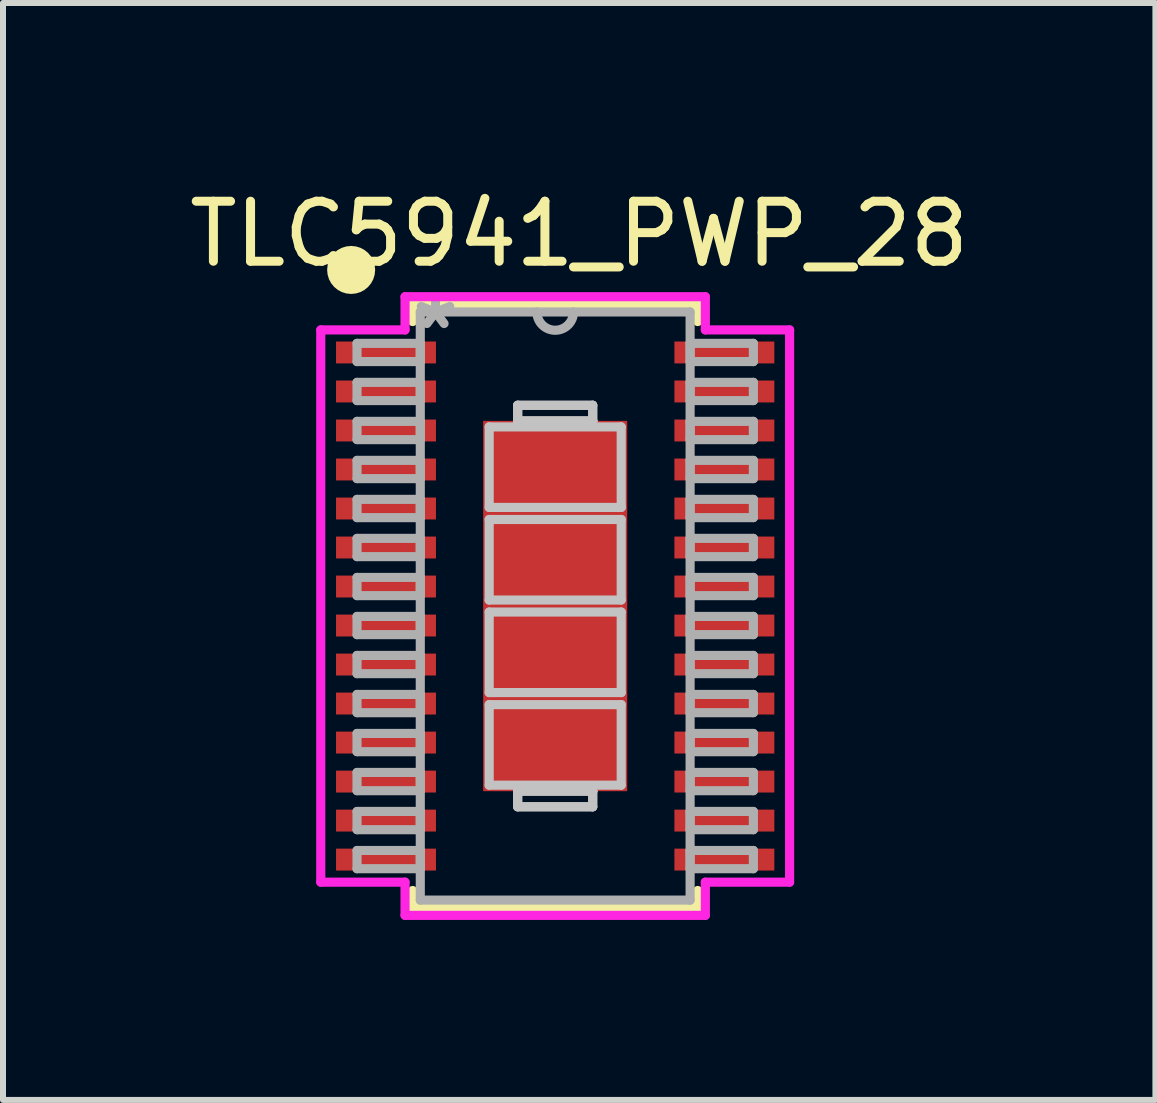
<source format=kicad_pcb>
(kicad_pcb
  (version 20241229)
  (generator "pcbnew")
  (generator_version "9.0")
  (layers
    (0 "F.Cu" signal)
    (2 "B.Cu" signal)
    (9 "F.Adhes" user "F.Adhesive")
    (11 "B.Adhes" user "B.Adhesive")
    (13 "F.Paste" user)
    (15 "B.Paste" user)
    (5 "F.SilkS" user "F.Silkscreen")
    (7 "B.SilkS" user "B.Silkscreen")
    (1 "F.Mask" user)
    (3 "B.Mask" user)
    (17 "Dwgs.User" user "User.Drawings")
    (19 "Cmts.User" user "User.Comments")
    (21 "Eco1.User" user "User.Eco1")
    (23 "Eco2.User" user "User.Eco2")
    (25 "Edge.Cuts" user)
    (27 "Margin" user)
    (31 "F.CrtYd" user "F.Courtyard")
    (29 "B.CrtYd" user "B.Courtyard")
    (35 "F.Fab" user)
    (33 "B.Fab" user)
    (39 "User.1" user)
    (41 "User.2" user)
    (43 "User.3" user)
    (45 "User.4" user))
  (footprint "TLC5941_PWP_28"
    (layer "F.Cu")
    (at 6.201 7.048)
    (property "Reference" "TLC5941_PWP_28" (at 0.4 -6.2 0) (layer "F.SilkS") (effects (font (size 1 1) (thickness 0.15))))
    (attr through_hole)
    (fp_line (start -2.375 -5.027) (end -2.375 -4.74) (stroke (width 0.152) (type solid)) (layer "F.SilkS"))
    (fp_line (start -2.375 4.74) (end -2.375 5.027) (stroke (width 0.152) (type solid)) (layer "F.SilkS"))
    (fp_line (start -2.375 5.027) (end 2.375 5.027) (stroke (width 0.152) (type solid)) (layer "F.SilkS"))
    (fp_line (start 2.375 -5.027) (end -2.375 -5.027) (stroke (width 0.152) (type solid)) (layer "F.SilkS"))
    (fp_line (start 2.375 -4.74) (end 2.375 -5.027) (stroke (width 0.152) (type solid)) (layer "F.SilkS"))
    (fp_line (start 2.375 5.027) (end 2.375 4.74) (stroke (width 0.152) (type solid)) (layer "F.SilkS"))
    (fp_circle (center -3.4 -5.6) (end -3.2 -5.6) (stroke (width 0.4) (type solid)) (fill no) (layer "F.SilkS"))
    (fp_line (start -1.1 -2.985) (end -1.1 -1.643) (stroke (width 0.152) (type solid)) (layer "Dwgs.User"))
    (fp_line (start -1.1 -1.643) (end 1.1 -1.643) (stroke (width 0.152) (type solid)) (layer "Dwgs.User"))
    (fp_line (start -1.1 -1.442) (end -1.1 -0.1) (stroke (width 0.152) (type solid)) (layer "Dwgs.User"))
    (fp_line (start -1.1 -0.1) (end 1.1 -0.1) (stroke (width 0.152) (type solid)) (layer "Dwgs.User"))
    (fp_line (start -1.1 0.1) (end -1.1 1.442) (stroke (width 0.152) (type solid)) (layer "Dwgs.User"))
    (fp_line (start -1.1 1.442) (end 1.1 1.442) (stroke (width 0.152) (type solid)) (layer "Dwgs.User"))
    (fp_line (start -1.1 1.643) (end -1.1 2.985) (stroke (width 0.152) (type solid)) (layer "Dwgs.User"))
    (fp_line (start -1.1 2.985) (end 1.1 2.985) (stroke (width 0.152) (type solid)) (layer "Dwgs.User"))
    (fp_line (start -0.625 -3.345) (end 0.625 -3.345) (stroke (width 0.152) (type solid)) (layer "Dwgs.User"))
    (fp_line (start -0.625 -3.345) (end 0.625 -3.345) (stroke (width 0.152) (type solid)) (layer "Dwgs.User"))
    (fp_line (start -0.625 -3.085) (end -0.625 -3.345) (stroke (width 0.152) (type solid)) (layer "Dwgs.User"))
    (fp_line (start -0.625 -3.085) (end -0.625 -3.345) (stroke (width 0.152) (type solid)) (layer "Dwgs.User"))
    (fp_line (start -0.625 -3.085) (end -0.625 -3.085) (stroke (width 0.152) (type solid)) (layer "Dwgs.User"))
    (fp_line (start -0.625 -3.085) (end -0.625 -3.085) (stroke (width 0.152) (type solid)) (layer "Dwgs.User"))
    (fp_line (start -0.625 -3.085) (end -0.625 -3.085) (stroke (width 0.152) (type solid)) (layer "Dwgs.User"))
    (fp_line (start -0.625 -3.085) (end -0.625 -3.085) (stroke (width 0.152) (type solid)) (layer "Dwgs.User"))
    (fp_line (start -0.625 3.085) (end -0.625 3.085) (stroke (width 0.152) (type solid)) (layer "Dwgs.User"))
    (fp_line (start -0.625 3.085) (end -0.625 3.085) (stroke (width 0.152) (type solid)) (layer "Dwgs.User"))
    (fp_line (start -0.625 3.085) (end -0.625 3.085) (stroke (width 0.152) (type solid)) (layer "Dwgs.User"))
    (fp_line (start -0.625 3.085) (end -0.625 3.085) (stroke (width 0.152) (type solid)) (layer "Dwgs.User"))
    (fp_line (start -0.625 3.085) (end -0.625 3.345) (stroke (width 0.152) (type solid)) (layer "Dwgs.User"))
    (fp_line (start -0.625 3.085) (end -0.625 3.345) (stroke (width 0.152) (type solid)) (layer "Dwgs.User"))
    (fp_line (start -0.625 3.345) (end 0.625 3.345) (stroke (width 0.152) (type solid)) (layer "Dwgs.User"))
    (fp_line (start -0.625 3.345) (end 0.625 3.345) (stroke (width 0.152) (type solid)) (layer "Dwgs.User"))
    (fp_line (start 0.625 -3.345) (end 0.625 -3.085) (stroke (width 0.152) (type solid)) (layer "Dwgs.User"))
    (fp_line (start 0.625 -3.345) (end 0.625 -3.085) (stroke (width 0.152) (type solid)) (layer "Dwgs.User"))
    (fp_line (start 0.625 -3.085) (end -0.625 -3.085) (stroke (width 0.152) (type solid)) (layer "Dwgs.User"))
    (fp_line (start 0.625 -3.085) (end -0.625 -3.085) (stroke (width 0.152) (type solid)) (layer "Dwgs.User"))
    (fp_line (start 0.625 -3.085) (end 0.625 -3.085) (stroke (width 0.152) (type solid)) (layer "Dwgs.User"))
    (fp_line (start 0.625 -3.085) (end 0.625 -3.085) (stroke (width 0.152) (type solid)) (layer "Dwgs.User"))
    (fp_line (start 0.625 -3.085) (end 0.625 -3.085) (stroke (width 0.152) (type solid)) (layer "Dwgs.User"))
    (fp_line (start 0.625 -3.085) (end 0.625 -3.085) (stroke (width 0.152) (type solid)) (layer "Dwgs.User"))
    (fp_line (start 0.625 3.085) (end -0.625 3.085) (stroke (width 0.152) (type solid)) (layer "Dwgs.User"))
    (fp_line (start 0.625 3.085) (end -0.625 3.085) (stroke (width 0.152) (type solid)) (layer "Dwgs.User"))
    (fp_line (start 0.625 3.085) (end 0.625 3.085) (stroke (width 0.152) (type solid)) (layer "Dwgs.User"))
    (fp_line (start 0.625 3.085) (end 0.625 3.085) (stroke (width 0.152) (type solid)) (layer "Dwgs.User"))
    (fp_line (start 0.625 3.085) (end 0.625 3.085) (stroke (width 0.152) (type solid)) (layer "Dwgs.User"))
    (fp_line (start 0.625 3.085) (end 0.625 3.085) (stroke (width 0.152) (type solid)) (layer "Dwgs.User"))
    (fp_line (start 0.625 3.345) (end 0.625 3.085) (stroke (width 0.152) (type solid)) (layer "Dwgs.User"))
    (fp_line (start 0.625 3.345) (end 0.625 3.085) (stroke (width 0.152) (type solid)) (layer "Dwgs.User"))
    (fp_line (start 1.1 -2.985) (end -1.1 -2.985) (stroke (width 0.152) (type solid)) (layer "Dwgs.User"))
    (fp_line (start 1.1 -1.643) (end 1.1 -2.985) (stroke (width 0.152) (type solid)) (layer "Dwgs.User"))
    (fp_line (start 1.1 -1.442) (end -1.1 -1.442) (stroke (width 0.152) (type solid)) (layer "Dwgs.User"))
    (fp_line (start 1.1 -0.1) (end 1.1 -1.442) (stroke (width 0.152) (type solid)) (layer "Dwgs.User"))
    (fp_line (start 1.1 0.1) (end -1.1 0.1) (stroke (width 0.152) (type solid)) (layer "Dwgs.User"))
    (fp_line (start 1.1 1.442) (end 1.1 0.1) (stroke (width 0.152) (type solid)) (layer "Dwgs.User"))
    (fp_line (start 1.1 1.643) (end -1.1 1.643) (stroke (width 0.152) (type solid)) (layer "Dwgs.User"))
    (fp_line (start 1.1 2.985) (end 1.1 1.643) (stroke (width 0.152) (type solid)) (layer "Dwgs.User"))
    (fp_line (start -3.906 -4.601) (end -2.502 -4.601) (stroke (width 0.152) (type solid)) (layer "F.CrtYd"))
    (fp_line (start -3.906 4.601) (end -3.906 -4.601) (stroke (width 0.152) (type solid)) (layer "F.CrtYd"))
    (fp_line (start -2.502 -5.154) (end 2.502 -5.154) (stroke (width 0.152) (type solid)) (layer "F.CrtYd"))
    (fp_line (start -2.502 -4.601) (end -2.502 -5.154) (stroke (width 0.152) (type solid)) (layer "F.CrtYd"))
    (fp_line (start -2.502 4.601) (end -3.906 4.601) (stroke (width 0.152) (type solid)) (layer "F.CrtYd"))
    (fp_line (start -2.502 5.154) (end -2.502 4.601) (stroke (width 0.152) (type solid)) (layer "F.CrtYd"))
    (fp_line (start 2.502 -5.154) (end 2.502 -4.601) (stroke (width 0.152) (type solid)) (layer "F.CrtYd"))
    (fp_line (start 2.502 -4.601) (end 3.906 -4.601) (stroke (width 0.152) (type solid)) (layer "F.CrtYd"))
    (fp_line (start 2.502 4.601) (end 2.502 5.154) (stroke (width 0.152) (type solid)) (layer "F.CrtYd"))
    (fp_line (start 2.502 5.154) (end -2.502 5.154) (stroke (width 0.152) (type solid)) (layer "F.CrtYd"))
    (fp_line (start 3.906 -4.601) (end 3.906 4.601) (stroke (width 0.152) (type solid)) (layer "F.CrtYd"))
    (fp_line (start 3.906 4.601) (end 2.502 4.601) (stroke (width 0.152) (type solid)) (layer "F.CrtYd"))
    (fp_line (start -3.302 -4.377) (end -3.302 -4.073) (stroke (width 0.152) (type solid)) (layer "F.Fab"))
    (fp_line (start -3.302 -4.073) (end -2.248 -4.073) (stroke (width 0.152) (type solid)) (layer "F.Fab"))
    (fp_line (start -3.302 -3.727) (end -3.302 -3.423) (stroke (width 0.152) (type solid)) (layer "F.Fab"))
    (fp_line (start -3.302 -3.423) (end -2.248 -3.423) (stroke (width 0.152) (type solid)) (layer "F.Fab"))
    (fp_line (start -3.302 -3.077) (end -3.302 -2.773) (stroke (width 0.152) (type solid)) (layer "F.Fab"))
    (fp_line (start -3.302 -2.773) (end -2.248 -2.773) (stroke (width 0.152) (type solid)) (layer "F.Fab"))
    (fp_line (start -3.302 -2.427) (end -3.302 -2.123) (stroke (width 0.152) (type solid)) (layer "F.Fab"))
    (fp_line (start -3.302 -2.123) (end -2.248 -2.123) (stroke (width 0.152) (type solid)) (layer "F.Fab"))
    (fp_line (start -3.302 -1.777) (end -3.302 -1.473) (stroke (width 0.152) (type solid)) (layer "F.Fab"))
    (fp_line (start -3.302 -1.473) (end -2.248 -1.473) (stroke (width 0.152) (type solid)) (layer "F.Fab"))
    (fp_line (start -3.302 -1.127) (end -3.302 -0.823) (stroke (width 0.152) (type solid)) (layer "F.Fab"))
    (fp_line (start -3.302 -0.823) (end -2.248 -0.823) (stroke (width 0.152) (type solid)) (layer "F.Fab"))
    (fp_line (start -3.302 -0.477) (end -3.302 -0.173) (stroke (width 0.152) (type solid)) (layer "F.Fab"))
    (fp_line (start -3.302 -0.173) (end -2.248 -0.173) (stroke (width 0.152) (type solid)) (layer "F.Fab"))
    (fp_line (start -3.302 0.173) (end -3.302 0.477) (stroke (width 0.152) (type solid)) (layer "F.Fab"))
    (fp_line (start -3.302 0.477) (end -2.248 0.477) (stroke (width 0.152) (type solid)) (layer "F.Fab"))
    (fp_line (start -3.302 0.823) (end -3.302 1.127) (stroke (width 0.152) (type solid)) (layer "F.Fab"))
    (fp_line (start -3.302 1.127) (end -2.248 1.127) (stroke (width 0.152) (type solid)) (layer "F.Fab"))
    (fp_line (start -3.302 1.473) (end -3.302 1.777) (stroke (width 0.152) (type solid)) (layer "F.Fab"))
    (fp_line (start -3.302 1.777) (end -2.248 1.777) (stroke (width 0.152) (type solid)) (layer "F.Fab"))
    (fp_line (start -3.302 2.123) (end -3.302 2.427) (stroke (width 0.152) (type solid)) (layer "F.Fab"))
    (fp_line (start -3.302 2.427) (end -2.248 2.427) (stroke (width 0.152) (type solid)) (layer "F.Fab"))
    (fp_line (start -3.302 2.773) (end -3.302 3.077) (stroke (width 0.152) (type solid)) (layer "F.Fab"))
    (fp_line (start -3.302 3.077) (end -2.248 3.077) (stroke (width 0.152) (type solid)) (layer "F.Fab"))
    (fp_line (start -3.302 3.423) (end -3.302 3.727) (stroke (width 0.152) (type solid)) (layer "F.Fab"))
    (fp_line (start -3.302 3.727) (end -2.248 3.727) (stroke (width 0.152) (type solid)) (layer "F.Fab"))
    (fp_line (start -3.302 4.073) (end -3.302 4.377) (stroke (width 0.152) (type solid)) (layer "F.Fab"))
    (fp_line (start -3.302 4.377) (end -2.248 4.377) (stroke (width 0.152) (type solid)) (layer "F.Fab"))
    (fp_line (start -2.248 -4.9) (end -2.248 4.9) (stroke (width 0.152) (type solid)) (layer "F.Fab"))
    (fp_line (start -2.248 -4.377) (end -3.302 -4.377) (stroke (width 0.152) (type solid)) (layer "F.Fab"))
    (fp_line (start -2.248 -4.073) (end -2.248 -4.377) (stroke (width 0.152) (type solid)) (layer "F.Fab"))
    (fp_line (start -2.248 -3.727) (end -3.302 -3.727) (stroke (width 0.152) (type solid)) (layer "F.Fab"))
    (fp_line (start -2.248 -3.423) (end -2.248 -3.727) (stroke (width 0.152) (type solid)) (layer "F.Fab"))
    (fp_line (start -2.248 -3.077) (end -3.302 -3.077) (stroke (width 0.152) (type solid)) (layer "F.Fab"))
    (fp_line (start -2.248 -2.773) (end -2.248 -3.077) (stroke (width 0.152) (type solid)) (layer "F.Fab"))
    (fp_line (start -2.248 -2.427) (end -3.302 -2.427) (stroke (width 0.152) (type solid)) (layer "F.Fab"))
    (fp_line (start -2.248 -2.123) (end -2.248 -2.427) (stroke (width 0.152) (type solid)) (layer "F.Fab"))
    (fp_line (start -2.248 -1.777) (end -3.302 -1.777) (stroke (width 0.152) (type solid)) (layer "F.Fab"))
    (fp_line (start -2.248 -1.473) (end -2.248 -1.777) (stroke (width 0.152) (type solid)) (layer "F.Fab"))
    (fp_line (start -2.248 -1.127) (end -3.302 -1.127) (stroke (width 0.152) (type solid)) (layer "F.Fab"))
    (fp_line (start -2.248 -0.823) (end -2.248 -1.127) (stroke (width 0.152) (type solid)) (layer "F.Fab"))
    (fp_line (start -2.248 -0.477) (end -3.302 -0.477) (stroke (width 0.152) (type solid)) (layer "F.Fab"))
    (fp_line (start -2.248 -0.173) (end -2.248 -0.477) (stroke (width 0.152) (type solid)) (layer "F.Fab"))
    (fp_line (start -2.248 0.173) (end -3.302 0.173) (stroke (width 0.152) (type solid)) (layer "F.Fab"))
    (fp_line (start -2.248 0.477) (end -2.248 0.173) (stroke (width 0.152) (type solid)) (layer "F.Fab"))
    (fp_line (start -2.248 0.823) (end -3.302 0.823) (stroke (width 0.152) (type solid)) (layer "F.Fab"))
    (fp_line (start -2.248 1.127) (end -2.248 0.823) (stroke (width 0.152) (type solid)) (layer "F.Fab"))
    (fp_line (start -2.248 1.473) (end -3.302 1.473) (stroke (width 0.152) (type solid)) (layer "F.Fab"))
    (fp_line (start -2.248 1.777) (end -2.248 1.473) (stroke (width 0.152) (type solid)) (layer "F.Fab"))
    (fp_line (start -2.248 2.123) (end -3.302 2.123) (stroke (width 0.152) (type solid)) (layer "F.Fab"))
    (fp_line (start -2.248 2.427) (end -2.248 2.123) (stroke (width 0.152) (type solid)) (layer "F.Fab"))
    (fp_line (start -2.248 2.773) (end -3.302 2.773) (stroke (width 0.152) (type solid)) (layer "F.Fab"))
    (fp_line (start -2.248 3.077) (end -2.248 2.773) (stroke (width 0.152) (type solid)) (layer "F.Fab"))
    (fp_line (start -2.248 3.423) (end -3.302 3.423) (stroke (width 0.152) (type solid)) (layer "F.Fab"))
    (fp_line (start -2.248 3.727) (end -2.248 3.423) (stroke (width 0.152) (type solid)) (layer "F.Fab"))
    (fp_line (start -2.248 4.073) (end -3.302 4.073) (stroke (width 0.152) (type solid)) (layer "F.Fab"))
    (fp_line (start -2.248 4.377) (end -2.248 4.073) (stroke (width 0.152) (type solid)) (layer "F.Fab"))
    (fp_line (start -2.248 4.9) (end 2.248 4.9) (stroke (width 0.152) (type solid)) (layer "F.Fab"))
    (fp_line (start 2.248 -4.9) (end -2.248 -4.9) (stroke (width 0.152) (type solid)) (layer "F.Fab"))
    (fp_line (start 2.248 -4.377) (end 2.248 -4.073) (stroke (width 0.152) (type solid)) (layer "F.Fab"))
    (fp_line (start 2.248 -4.073) (end 3.302 -4.073) (stroke (width 0.152) (type solid)) (layer "F.Fab"))
    (fp_line (start 2.248 -3.727) (end 2.248 -3.423) (stroke (width 0.152) (type solid)) (layer "F.Fab"))
    (fp_line (start 2.248 -3.423) (end 3.302 -3.423) (stroke (width 0.152) (type solid)) (layer "F.Fab"))
    (fp_line (start 2.248 -3.077) (end 2.248 -2.773) (stroke (width 0.152) (type solid)) (layer "F.Fab"))
    (fp_line (start 2.248 -2.773) (end 3.302 -2.773) (stroke (width 0.152) (type solid)) (layer "F.Fab"))
    (fp_line (start 2.248 -2.427) (end 2.248 -2.123) (stroke (width 0.152) (type solid)) (layer "F.Fab"))
    (fp_line (start 2.248 -2.123) (end 3.302 -2.123) (stroke (width 0.152) (type solid)) (layer "F.Fab"))
    (fp_line (start 2.248 -1.777) (end 2.248 -1.473) (stroke (width 0.152) (type solid)) (layer "F.Fab"))
    (fp_line (start 2.248 -1.473) (end 3.302 -1.473) (stroke (width 0.152) (type solid)) (layer "F.Fab"))
    (fp_line (start 2.248 -1.127) (end 2.248 -0.823) (stroke (width 0.152) (type solid)) (layer "F.Fab"))
    (fp_line (start 2.248 -0.823) (end 3.302 -0.823) (stroke (width 0.152) (type solid)) (layer "F.Fab"))
    (fp_line (start 2.248 -0.477) (end 2.248 -0.173) (stroke (width 0.152) (type solid)) (layer "F.Fab"))
    (fp_line (start 2.248 -0.173) (end 3.302 -0.173) (stroke (width 0.152) (type solid)) (layer "F.Fab"))
    (fp_line (start 2.248 0.173) (end 2.248 0.477) (stroke (width 0.152) (type solid)) (layer "F.Fab"))
    (fp_line (start 2.248 0.477) (end 3.302 0.477) (stroke (width 0.152) (type solid)) (layer "F.Fab"))
    (fp_line (start 2.248 0.823) (end 2.248 1.127) (stroke (width 0.152) (type solid)) (layer "F.Fab"))
    (fp_line (start 2.248 1.127) (end 3.302 1.127) (stroke (width 0.152) (type solid)) (layer "F.Fab"))
    (fp_line (start 2.248 1.473) (end 2.248 1.777) (stroke (width 0.152) (type solid)) (layer "F.Fab"))
    (fp_line (start 2.248 1.777) (end 3.302 1.777) (stroke (width 0.152) (type solid)) (layer "F.Fab"))
    (fp_line (start 2.248 2.123) (end 2.248 2.427) (stroke (width 0.152) (type solid)) (layer "F.Fab"))
    (fp_line (start 2.248 2.427) (end 3.302 2.427) (stroke (width 0.152) (type solid)) (layer "F.Fab"))
    (fp_line (start 2.248 2.773) (end 2.248 3.077) (stroke (width 0.152) (type solid)) (layer "F.Fab"))
    (fp_line (start 2.248 3.077) (end 3.302 3.077) (stroke (width 0.152) (type solid)) (layer "F.Fab"))
    (fp_line (start 2.248 3.423) (end 2.248 3.727) (stroke (width 0.152) (type solid)) (layer "F.Fab"))
    (fp_line (start 2.248 3.727) (end 3.302 3.727) (stroke (width 0.152) (type solid)) (layer "F.Fab"))
    (fp_line (start 2.248 4.073) (end 2.248 4.377) (stroke (width 0.152) (type solid)) (layer "F.Fab"))
    (fp_line (start 2.248 4.377) (end 3.302 4.377) (stroke (width 0.152) (type solid)) (layer "F.Fab"))
    (fp_line (start 2.248 4.9) (end 2.248 -4.9) (stroke (width 0.152) (type solid)) (layer "F.Fab"))
    (fp_line (start 3.302 -4.377) (end 2.248 -4.377) (stroke (width 0.152) (type solid)) (layer "F.Fab"))
    (fp_line (start 3.302 -4.073) (end 3.302 -4.377) (stroke (width 0.152) (type solid)) (layer "F.Fab"))
    (fp_line (start 3.302 -3.727) (end 2.248 -3.727) (stroke (width 0.152) (type solid)) (layer "F.Fab"))
    (fp_line (start 3.302 -3.423) (end 3.302 -3.727) (stroke (width 0.152) (type solid)) (layer "F.Fab"))
    (fp_line (start 3.302 -3.077) (end 2.248 -3.077) (stroke (width 0.152) (type solid)) (layer "F.Fab"))
    (fp_line (start 3.302 -2.773) (end 3.302 -3.077) (stroke (width 0.152) (type solid)) (layer "F.Fab"))
    (fp_line (start 3.302 -2.427) (end 2.248 -2.427) (stroke (width 0.152) (type solid)) (layer "F.Fab"))
    (fp_line (start 3.302 -2.123) (end 3.302 -2.427) (stroke (width 0.152) (type solid)) (layer "F.Fab"))
    (fp_line (start 3.302 -1.777) (end 2.248 -1.777) (stroke (width 0.152) (type solid)) (layer "F.Fab"))
    (fp_line (start 3.302 -1.473) (end 3.302 -1.777) (stroke (width 0.152) (type solid)) (layer "F.Fab"))
    (fp_line (start 3.302 -1.127) (end 2.248 -1.127) (stroke (width 0.152) (type solid)) (layer "F.Fab"))
    (fp_line (start 3.302 -0.823) (end 3.302 -1.127) (stroke (width 0.152) (type solid)) (layer "F.Fab"))
    (fp_line (start 3.302 -0.477) (end 2.248 -0.477) (stroke (width 0.152) (type solid)) (layer "F.Fab"))
    (fp_line (start 3.302 -0.173) (end 3.302 -0.477) (stroke (width 0.152) (type solid)) (layer "F.Fab"))
    (fp_line (start 3.302 0.173) (end 2.248 0.173) (stroke (width 0.152) (type solid)) (layer "F.Fab"))
    (fp_line (start 3.302 0.477) (end 3.302 0.173) (stroke (width 0.152) (type solid)) (layer "F.Fab"))
    (fp_line (start 3.302 0.823) (end 2.248 0.823) (stroke (width 0.152) (type solid)) (layer "F.Fab"))
    (fp_line (start 3.302 1.127) (end 3.302 0.823) (stroke (width 0.152) (type solid)) (layer "F.Fab"))
    (fp_line (start 3.302 1.473) (end 2.248 1.473) (stroke (width 0.152) (type solid)) (layer "F.Fab"))
    (fp_line (start 3.302 1.777) (end 3.302 1.473) (stroke (width 0.152) (type solid)) (layer "F.Fab"))
    (fp_line (start 3.302 2.123) (end 2.248 2.123) (stroke (width 0.152) (type solid)) (layer "F.Fab"))
    (fp_line (start 3.302 2.427) (end 3.302 2.123) (stroke (width 0.152) (type solid)) (layer "F.Fab"))
    (fp_line (start 3.302 2.773) (end 2.248 2.773) (stroke (width 0.152) (type solid)) (layer "F.Fab"))
    (fp_line (start 3.302 3.077) (end 3.302 2.773) (stroke (width 0.152) (type solid)) (layer "F.Fab"))
    (fp_line (start 3.302 3.423) (end 2.248 3.423) (stroke (width 0.152) (type solid)) (layer "F.Fab"))
    (fp_line (start 3.302 3.727) (end 3.302 3.423) (stroke (width 0.152) (type solid)) (layer "F.Fab"))
    (fp_line (start 3.302 4.073) (end 2.248 4.073) (stroke (width 0.152) (type solid)) (layer "F.Fab"))
    (fp_line (start 3.302 4.377) (end 3.302 4.073) (stroke (width 0.152) (type solid)) (layer "F.Fab"))
    (fp_arc (start 0.3048 -4.900003) (mid 0 -4.595203) (end -0.3048 -4.900003) (stroke (width 0.1524) (type solid)) (layer "F.Fab"))
    (fp_text user "*" (at -1.994 -4.59 0) (layer "F.Fab") (effects (font (size 1 1) (thickness 0.15))))
    (pad "1" smd rect (at -2.819 -4.225) (size 1.665 0.365) (layers "F.Cu" "F.Mask" "F.Paste"))
    (pad "2" smd rect (at -2.819 -3.575) (size 1.665 0.365) (layers "F.Cu" "F.Mask" "F.Paste"))
    (pad "3" smd rect (at -2.819 -2.925) (size 1.665 0.365) (layers "F.Cu" "F.Mask" "F.Paste"))
    (pad "4" smd rect (at -2.819 -2.275) (size 1.665 0.365) (layers "F.Cu" "F.Mask" "F.Paste"))
    (pad "5" smd rect (at -2.819 -1.625) (size 1.665 0.365) (layers "F.Cu" "F.Mask" "F.Paste"))
    (pad "6" smd rect (at -2.819 -0.975) (size 1.665 0.365) (layers "F.Cu" "F.Mask" "F.Paste"))
    (pad "7" smd rect (at -2.819 -0.325) (size 1.665 0.365) (layers "F.Cu" "F.Mask" "F.Paste"))
    (pad "8" smd rect (at -2.819 0.325) (size 1.665 0.365) (layers "F.Cu" "F.Mask" "F.Paste"))
    (pad "9" smd rect (at -2.819 0.975) (size 1.665 0.365) (layers "F.Cu" "F.Mask" "F.Paste"))
    (pad "10" smd rect (at -2.819 1.625) (size 1.665 0.365) (layers "F.Cu" "F.Mask" "F.Paste"))
    (pad "11" smd rect (at -2.819 2.275) (size 1.665 0.365) (layers "F.Cu" "F.Mask" "F.Paste"))
    (pad "12" smd rect (at -2.819 2.925) (size 1.665 0.365) (layers "F.Cu" "F.Mask" "F.Paste"))
    (pad "13" smd rect (at -2.819 3.575) (size 1.665 0.365) (layers "F.Cu" "F.Mask" "F.Paste"))
    (pad "14" smd rect (at -2.819 4.225) (size 1.665 0.365) (layers "F.Cu" "F.Mask" "F.Paste"))
    (pad "15" smd rect (at 2.819 4.225) (size 1.665 0.365) (layers "F.Cu" "F.Mask" "F.Paste"))
    (pad "16" smd rect (at 2.819 3.575) (size 1.665 0.365) (layers "F.Cu" "F.Mask" "F.Paste"))
    (pad "17" smd rect (at 2.819 2.925) (size 1.665 0.365) (layers "F.Cu" "F.Mask" "F.Paste"))
    (pad "18" smd rect (at 2.819 2.275) (size 1.665 0.365) (layers "F.Cu" "F.Mask" "F.Paste"))
    (pad "19" smd rect (at 2.819 1.625) (size 1.665 0.365) (layers "F.Cu" "F.Mask" "F.Paste"))
    (pad "20" smd rect (at 2.819 0.975) (size 1.665 0.365) (layers "F.Cu" "F.Mask" "F.Paste"))
    (pad "21" smd rect (at 2.819 0.325) (size 1.665 0.365) (layers "F.Cu" "F.Mask" "F.Paste"))
    (pad "22" smd rect (at 2.819 -0.325) (size 1.665 0.365) (layers "F.Cu" "F.Mask" "F.Paste"))
    (pad "23" smd rect (at 2.819 -0.975) (size 1.665 0.365) (layers "F.Cu" "F.Mask" "F.Paste"))
    (pad "24" smd rect (at 2.819 -1.625) (size 1.665 0.365) (layers "F.Cu" "F.Mask" "F.Paste"))
    (pad "25" smd rect (at 2.819 -2.275) (size 1.665 0.365) (layers "F.Cu" "F.Mask" "F.Paste"))
    (pad "26" smd rect (at 2.819 -2.925) (size 1.665 0.365) (layers "F.Cu" "F.Mask" "F.Paste"))
    (pad "27" smd rect (at 2.819 -3.575) (size 1.665 0.365) (layers "F.Cu" "F.Mask" "F.Paste"))
    (pad "28" smd rect (at 2.819 -4.225) (size 1.665 0.365) (layers "F.Cu" "F.Mask" "F.Paste"))
    (pad "29" smd rect (at 0 0) (size 2.4 6.17) (layers "F.Cu" "F.Mask" "F.Paste")))
  (gr_rect
    (start -3 -3)
    (end 16.202 15.278)
    (stroke (width 0.1) (type default))
    (fill no)
    (layer "Edge.Cuts")))
</source>
